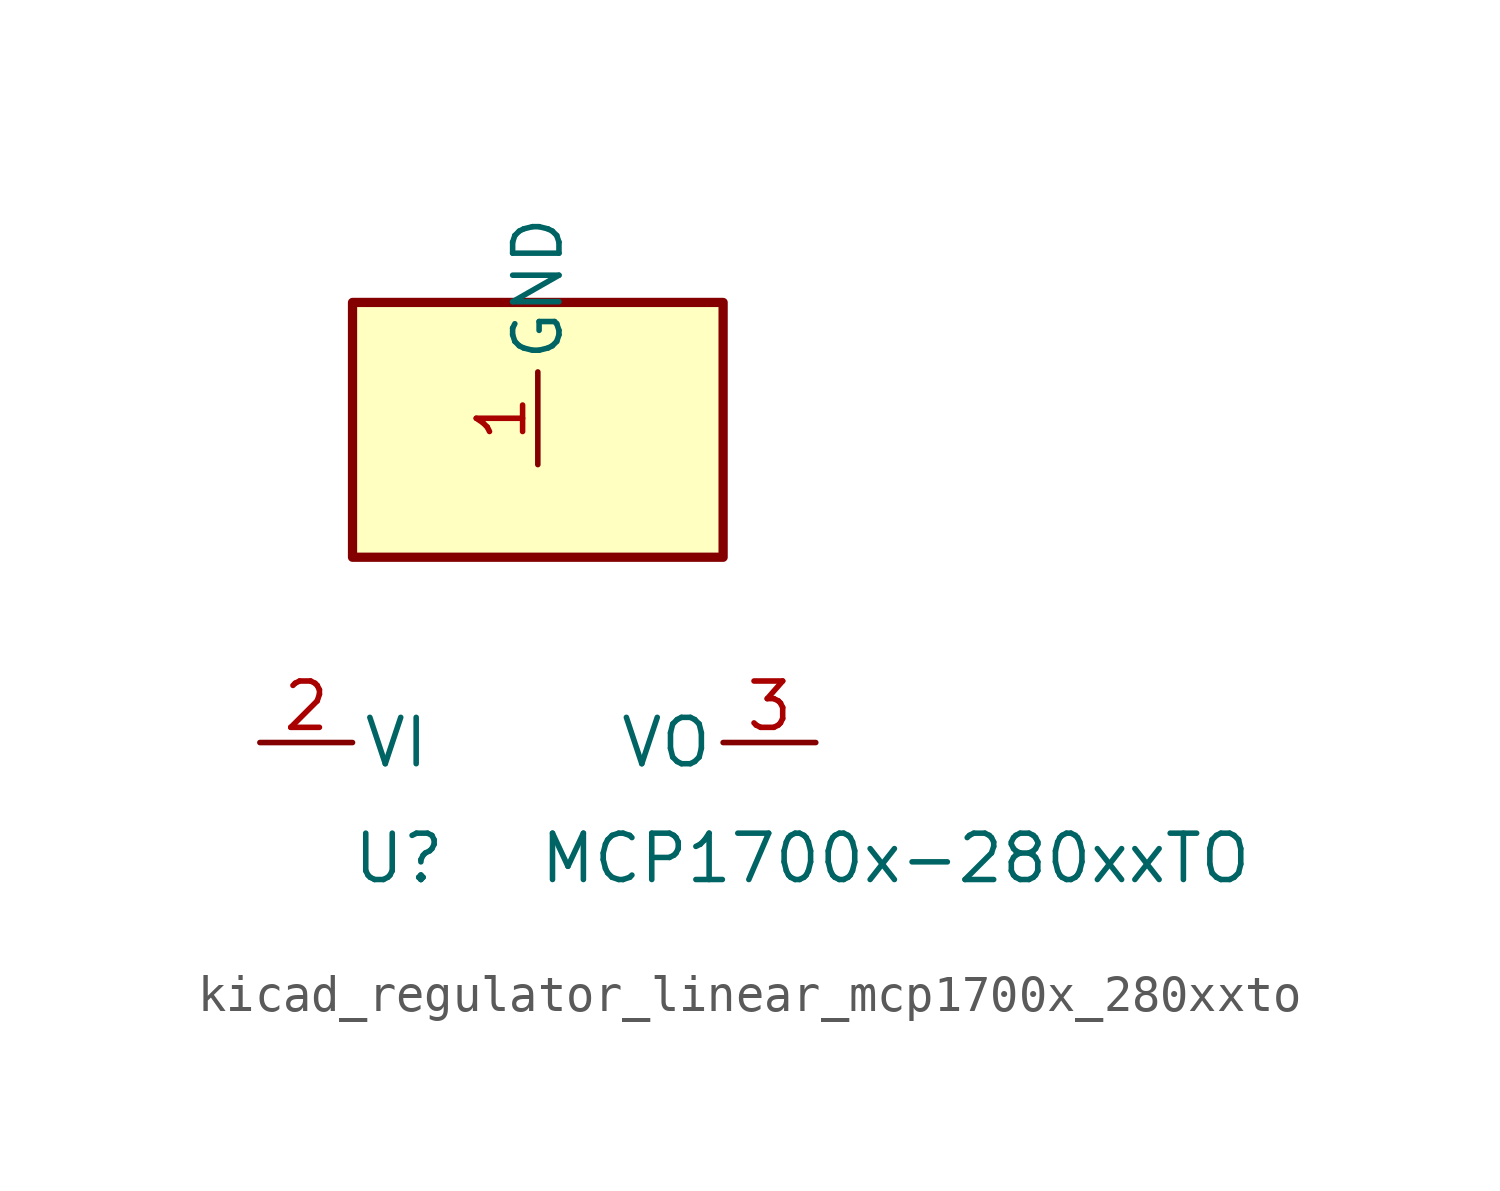
<source format=kicad_sym>
(kicad_symbol_lib
  (version 20220914)
  (generator kicad_symbol_editor)
  (symbol "kicad_regulator_linear_mcp1700x_280xxto"
    (pin_names
      (offset 0.254))
    (property "Reference" "U"
      (at -3.81 -3.175 0)
      (effects (font (size 1.27 1.27))))
    (property "Value" "MCP1700x-280xxTO"
      (at 0 -3.175 0)
      (effects (font (size 1.27 1.27)) (justify left)))
    (symbol "kicad_regulator_linear_mcp1700x_280xxto_0_1"
      (rectangle (start 5.08 12.065) (end -5.08 5.08) (stroke (width 0.254) (type default)) (fill (type background))))
    (symbol "kicad_regulator_linear_mcp1700x_280xxto_1_1"
      (pin power_in line (at 0 7.62 90) (length 2.54) (name "GND" (effects (font (size 1.27 1.27)))) (number "1" (effects (font (size 1.27 1.27)))))
      (pin power_in line (at -7.62 0 0) (length 2.54) (name "VI" (effects (font (size 1.27 1.27)))) (number "2" (effects (font (size 1.27 1.27)))))
      (pin power_out line (at 7.62 0 180) (length 2.54) (name "VO" (effects (font (size 1.27 1.27)))) (number "3" (effects (font (size 1.27 1.27))))))))
</source>
